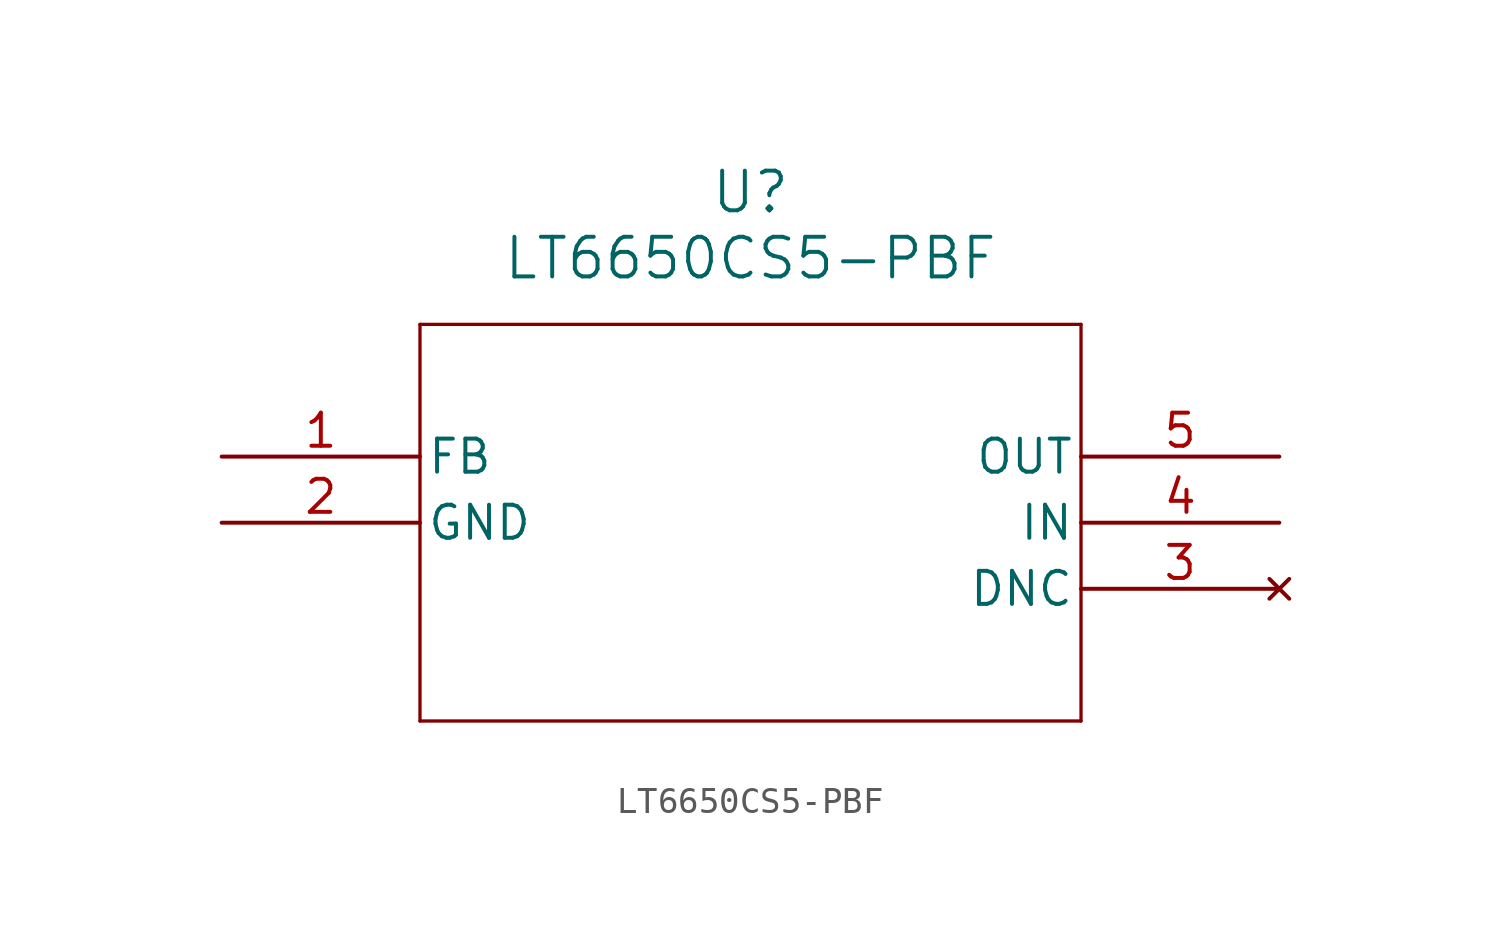
<source format=kicad_sym>
(kicad_symbol_lib
  (version 20211014)
  (generator kicad_symbol_editor)
  (symbol "LT6650CS5-PBF"
    (pin_names
      (offset 0.254))
    (property "Reference" "U"
      (at 20.32 10.16 0)
      (effects (font (size 1.524 1.524))))
    (property "Value" "LT6650CS5-PBF"
      (at 20.32 7.62 0)
      (effects (font (size 1.524 1.524))))
    (symbol "LT6650CS5-PBF_0_1"
      (polyline (pts (xy 7.62 5.08) (xy 7.62 -10.16)) (stroke (width 0.127) (type default) (color 0 0 0 0)) (fill (type none)))
      (polyline (pts (xy 7.62 -10.16) (xy 33.02 -10.16)) (stroke (width 0.127) (type default) (color 0 0 0 0)) (fill (type none)))
      (polyline (pts (xy 33.02 -10.16) (xy 33.02 5.08)) (stroke (width 0.127) (type default) (color 0 0 0 0)) (fill (type none)))
      (polyline (pts (xy 33.02 5.08) (xy 7.62 5.08)) (stroke (width 0.127) (type default) (color 0 0 0 0)) (fill (type none)))
      (pin unspecified line (at 0 0 0) (length 7.62) (name "FB" (effects (font (size 1.27 1.27)))) (number "1" (effects (font (size 1.27 1.27)))))
      (pin power_in line (at 0 -2.54 0) (length 7.62) (name "GND" (effects (font (size 1.27 1.27)))) (number "2" (effects (font (size 1.27 1.27)))))
      (pin no_connect line (at 40.64 -5.08 180) (length 7.62) (name "DNC" (effects (font (size 1.27 1.27)))) (number "3" (effects (font (size 1.27 1.27)))))
      (pin input line (at 40.64 -2.54 180) (length 7.62) (name "IN" (effects (font (size 1.27 1.27)))) (number "4" (effects (font (size 1.27 1.27)))))
      (pin output line (at 40.64 0 180) (length 7.62) (name "OUT" (effects (font (size 1.27 1.27)))) (number "5" (effects (font (size 1.27 1.27))))))))
</source>
